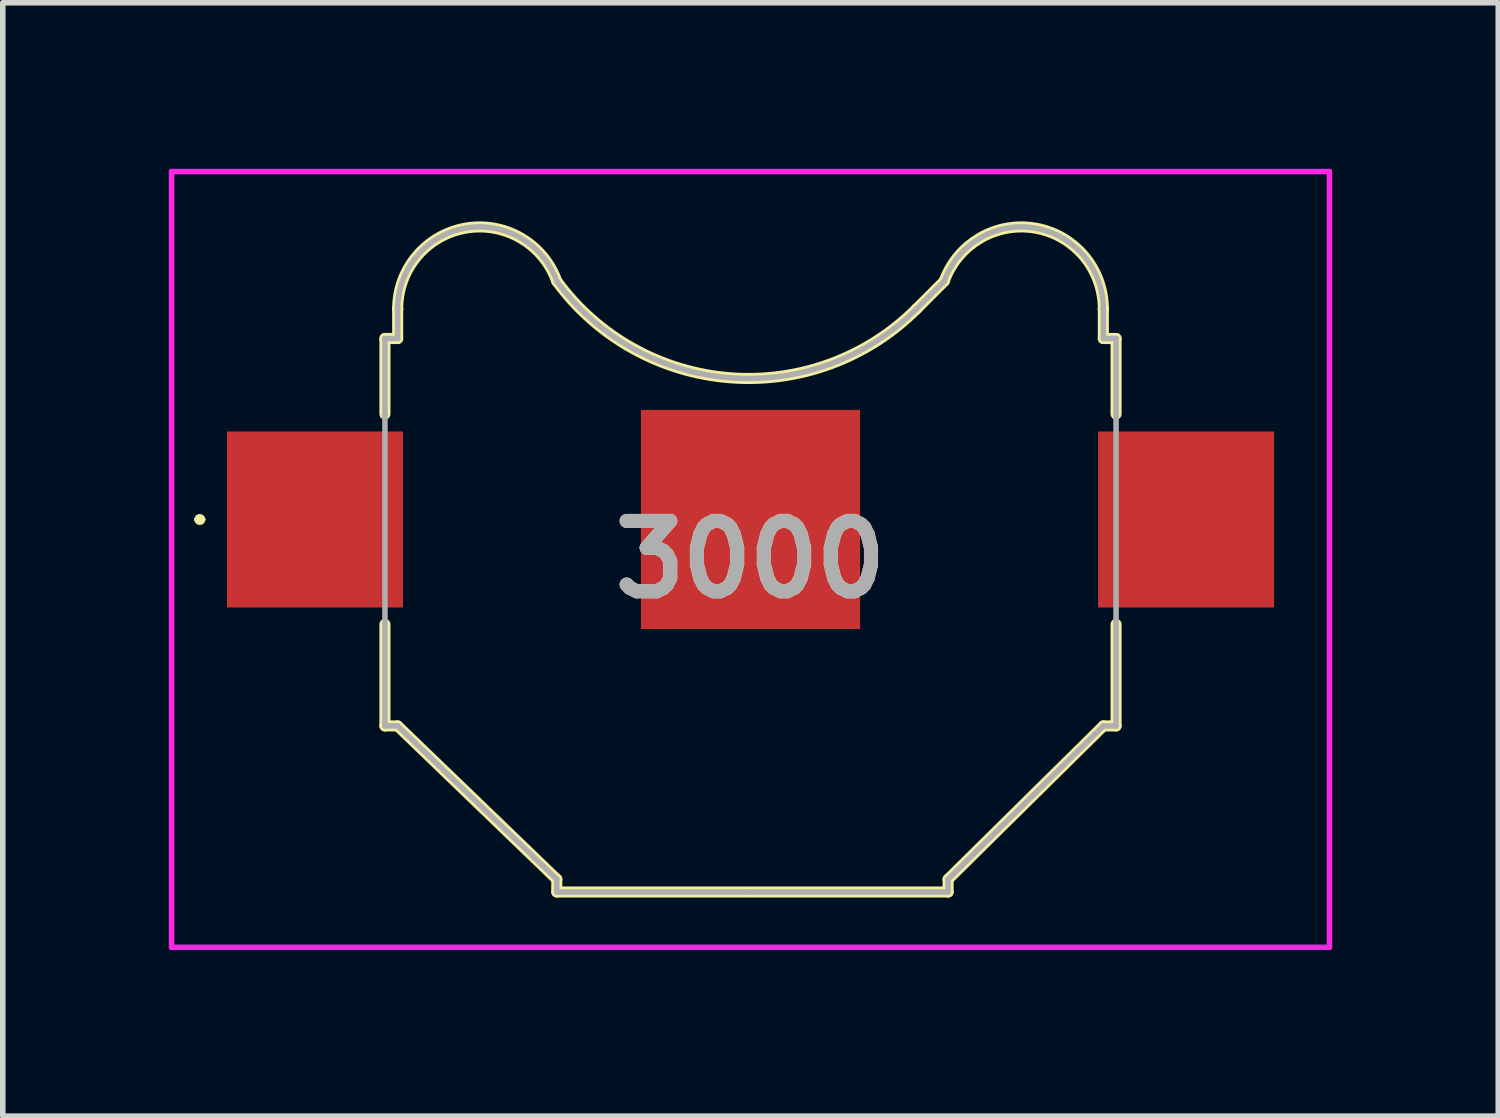
<source format=kicad_pcb>
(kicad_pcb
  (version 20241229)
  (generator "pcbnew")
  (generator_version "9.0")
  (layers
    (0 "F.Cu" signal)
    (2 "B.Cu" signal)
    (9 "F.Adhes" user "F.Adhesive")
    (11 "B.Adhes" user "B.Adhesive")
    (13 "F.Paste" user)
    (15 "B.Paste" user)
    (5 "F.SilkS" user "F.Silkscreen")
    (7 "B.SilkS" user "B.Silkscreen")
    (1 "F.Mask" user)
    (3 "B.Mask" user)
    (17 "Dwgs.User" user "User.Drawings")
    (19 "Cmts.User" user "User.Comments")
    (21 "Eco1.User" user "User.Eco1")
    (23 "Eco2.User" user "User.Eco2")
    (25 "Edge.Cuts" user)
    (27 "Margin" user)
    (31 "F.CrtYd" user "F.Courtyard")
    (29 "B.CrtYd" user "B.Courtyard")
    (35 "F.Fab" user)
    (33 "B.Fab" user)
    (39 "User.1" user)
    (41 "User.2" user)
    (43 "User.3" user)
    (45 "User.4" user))
  (footprint "3000"
    (layer "F.Cu")
    (at 10.51 7.058)
    (property "Reference" "3000" (at 0 0 0) (layer "F.SilkS") (effects (font (size 1.27 1.27) (thickness 0.254))))
    (attr smd)
    (fp_line (start -10 -0.722) (end -10 -0.722) (stroke (width 0.1) (type solid)) (layer "F.SilkS"))
    (fp_line (start -9.9 -0.722) (end -9.9 -0.722) (stroke (width 0.1) (type solid)) (layer "F.SilkS"))
    (fp_line (start -6.605 -3.992) (end -6.375 -3.992) (stroke (width 0.2) (type solid)) (layer "F.SilkS"))
    (fp_line (start -6.605 -2.627) (end -6.605 -3.992) (stroke (width 0.2) (type solid)) (layer "F.SilkS"))
    (fp_line (start -6.605 1.173) (end -6.605 3.008) (stroke (width 0.2) (type solid)) (layer "F.SilkS"))
    (fp_line (start -6.605 3.008) (end -6.375 3.008) (stroke (width 0.2) (type solid)) (layer "F.SilkS"))
    (fp_line (start -6.375 -4.527) (end -6.375 -4.527) (stroke (width 0.2) (type solid)) (layer "F.SilkS"))
    (fp_line (start -6.375 -3.992) (end -6.375 -4.527) (stroke (width 0.2) (type solid)) (layer "F.SilkS"))
    (fp_line (start -6.375 3.008) (end -3.5 5.778) (stroke (width 0.2) (type solid)) (layer "F.SilkS"))
    (fp_line (start -3.5 5.778) (end -3.5 6.008) (stroke (width 0.2) (type solid)) (layer "F.SilkS"))
    (fp_line (start -3.5 6.008) (end 3.57 6.008) (stroke (width 0.2) (type solid)) (layer "F.SilkS"))
    (fp_line (start 3 -4.527) (end 3 -4.527) (stroke (width 0.2) (type solid)) (layer "F.SilkS"))
    (fp_line (start 3.5 -5.027) (end 3 -4.527) (stroke (width 0.2) (type solid)) (layer "F.SilkS"))
    (fp_line (start 3.57 5.778) (end 6.375 3.008) (stroke (width 0.2) (type solid)) (layer "F.SilkS"))
    (fp_line (start 3.57 6.008) (end 3.57 5.778) (stroke (width 0.2) (type solid)) (layer "F.SilkS"))
    (fp_line (start 6.375 -4.527) (end 6.375 -4.527) (stroke (width 0.2) (type solid)) (layer "F.SilkS"))
    (fp_line (start 6.375 -3.992) (end 6.375 -4.527) (stroke (width 0.2) (type solid)) (layer "F.SilkS"))
    (fp_line (start 6.375 3.008) (end 6.605 3.008) (stroke (width 0.2) (type solid)) (layer "F.SilkS"))
    (fp_line (start 6.605 -3.992) (end 6.375 -3.992) (stroke (width 0.2) (type solid)) (layer "F.SilkS"))
    (fp_line (start 6.605 -2.627) (end 6.605 -3.992) (stroke (width 0.2) (type solid)) (layer "F.SilkS"))
    (fp_line (start 6.605 3.008) (end 6.605 1.173) (stroke (width 0.2) (type solid)) (layer "F.SilkS"))
    (fp_arc (start -10 -0.722) (mid -9.95 -0.772) (end -9.9 -0.722) (stroke (width 0.1) (type solid)) (layer "F.SilkS"))
    (fp_arc (start -9.9 -0.722) (mid -9.95 -0.672) (end -10 -0.722) (stroke (width 0.1) (type solid)) (layer "F.SilkS"))
    (fp_arc (start -6.375 -4.527) (mid -5.147354 -5.986169) (end -3.499682 -5.026238) (stroke (width 0.2) (type solid)) (layer "F.SilkS"))
    (fp_arc (start 3 -4.527) (mid -0.365397 -3.282102) (end -3.500726 -5.027204) (stroke (width 0.2) (type solid)) (layer "F.SilkS"))
    (fp_arc (start 3.499682 -5.026238) (mid 5.147354 -5.986169) (end 6.375 -4.527) (stroke (width 0.2) (type solid)) (layer "F.SilkS"))
    (fp_line (start -10.46 -7.008) (end 10.46 -7.008) (stroke (width 0.1) (type solid)) (layer "F.CrtYd"))
    (fp_line (start -10.46 7.008) (end -10.46 -7.008) (stroke (width 0.1) (type solid)) (layer "F.CrtYd"))
    (fp_line (start 10.46 -7.008) (end 10.46 7.008) (stroke (width 0.1) (type solid)) (layer "F.CrtYd"))
    (fp_line (start 10.46 7.008) (end -10.46 7.008) (stroke (width 0.1) (type solid)) (layer "F.CrtYd"))
    (fp_line (start -6.605 -3.992) (end -6.375 -3.992) (stroke (width 0.1) (type solid)) (layer "F.Fab"))
    (fp_line (start -6.605 3.008) (end -6.605 -3.992) (stroke (width 0.1) (type solid)) (layer "F.Fab"))
    (fp_line (start -6.375 -4.527) (end -6.375 -4.527) (stroke (width 0.1) (type solid)) (layer "F.Fab"))
    (fp_line (start -6.375 -3.992) (end -6.375 -4.527) (stroke (width 0.1) (type solid)) (layer "F.Fab"))
    (fp_line (start -6.375 3.008) (end -6.605 3.008) (stroke (width 0.1) (type solid)) (layer "F.Fab"))
    (fp_line (start -3.5 5.778) (end -6.375 3.008) (stroke (width 0.1) (type solid)) (layer "F.Fab"))
    (fp_line (start -3.5 6.008) (end -3.5 5.778) (stroke (width 0.1) (type solid)) (layer "F.Fab"))
    (fp_line (start 0 6.008) (end -3.5 6.008) (stroke (width 0.1) (type solid)) (layer "F.Fab"))
    (fp_line (start 0 6.008) (end 3.57 6.008) (stroke (width 0.1) (type solid)) (layer "F.Fab"))
    (fp_line (start 3 -4.527) (end 3 -4.527) (stroke (width 0.1) (type solid)) (layer "F.Fab"))
    (fp_line (start 3.5 -5.027) (end 3 -4.527) (stroke (width 0.1) (type solid)) (layer "F.Fab"))
    (fp_line (start 3.57 5.778) (end 6.375 3.008) (stroke (width 0.1) (type solid)) (layer "F.Fab"))
    (fp_line (start 3.57 6.008) (end 3.57 5.778) (stroke (width 0.1) (type solid)) (layer "F.Fab"))
    (fp_line (start 6.375 -4.527) (end 6.375 -4.527) (stroke (width 0.1) (type solid)) (layer "F.Fab"))
    (fp_line (start 6.375 -3.992) (end 6.375 -4.527) (stroke (width 0.1) (type solid)) (layer "F.Fab"))
    (fp_line (start 6.375 3.008) (end 6.605 3.008) (stroke (width 0.1) (type solid)) (layer "F.Fab"))
    (fp_line (start 6.605 -3.992) (end 6.375 -3.992) (stroke (width 0.1) (type solid)) (layer "F.Fab"))
    (fp_line (start 6.605 3.008) (end 6.605 -3.992) (stroke (width 0.1) (type solid)) (layer "F.Fab"))
    (fp_arc (start -6.375 -4.527) (mid -5.147354 -5.986169) (end -3.499682 -5.026238) (stroke (width 0.1) (type solid)) (layer "F.Fab"))
    (fp_arc (start 3 -4.527) (mid -0.365397 -3.282102) (end -3.500726 -5.027204) (stroke (width 0.1) (type solid)) (layer "F.Fab"))
    (fp_arc (start 3.499682 -5.026238) (mid 5.147354 -5.986169) (end 6.375 -4.527) (stroke (width 0.1) (type solid)) (layer "F.Fab"))
    (fp_text user "${REFERENCE}" (at 0 0 0) (layer "F.Fab") (effects (font (size 1.27 1.27) (thickness 0.254))))
    (pad "1" smd rect (at -7.87 -0.722) (size 3.18 3.18) (layers "F.Cu" "F.Mask" "F.Paste"))
    (pad "2" smd rect (at 7.87 -0.722) (size 3.18 3.18) (layers "F.Cu" "F.Mask" "F.Paste"))
    (pad "3" smd rect (at 0 -0.722 90) (size 3.96 3.96) (layers "F.Cu" "F.Mask" "F.Paste")))
  (gr_rect
    (start -3 -3)
    (end 24.02 17.116)
    (stroke (width 0.1) (type default))
    (fill no)
    (layer "Edge.Cuts")))
</source>
